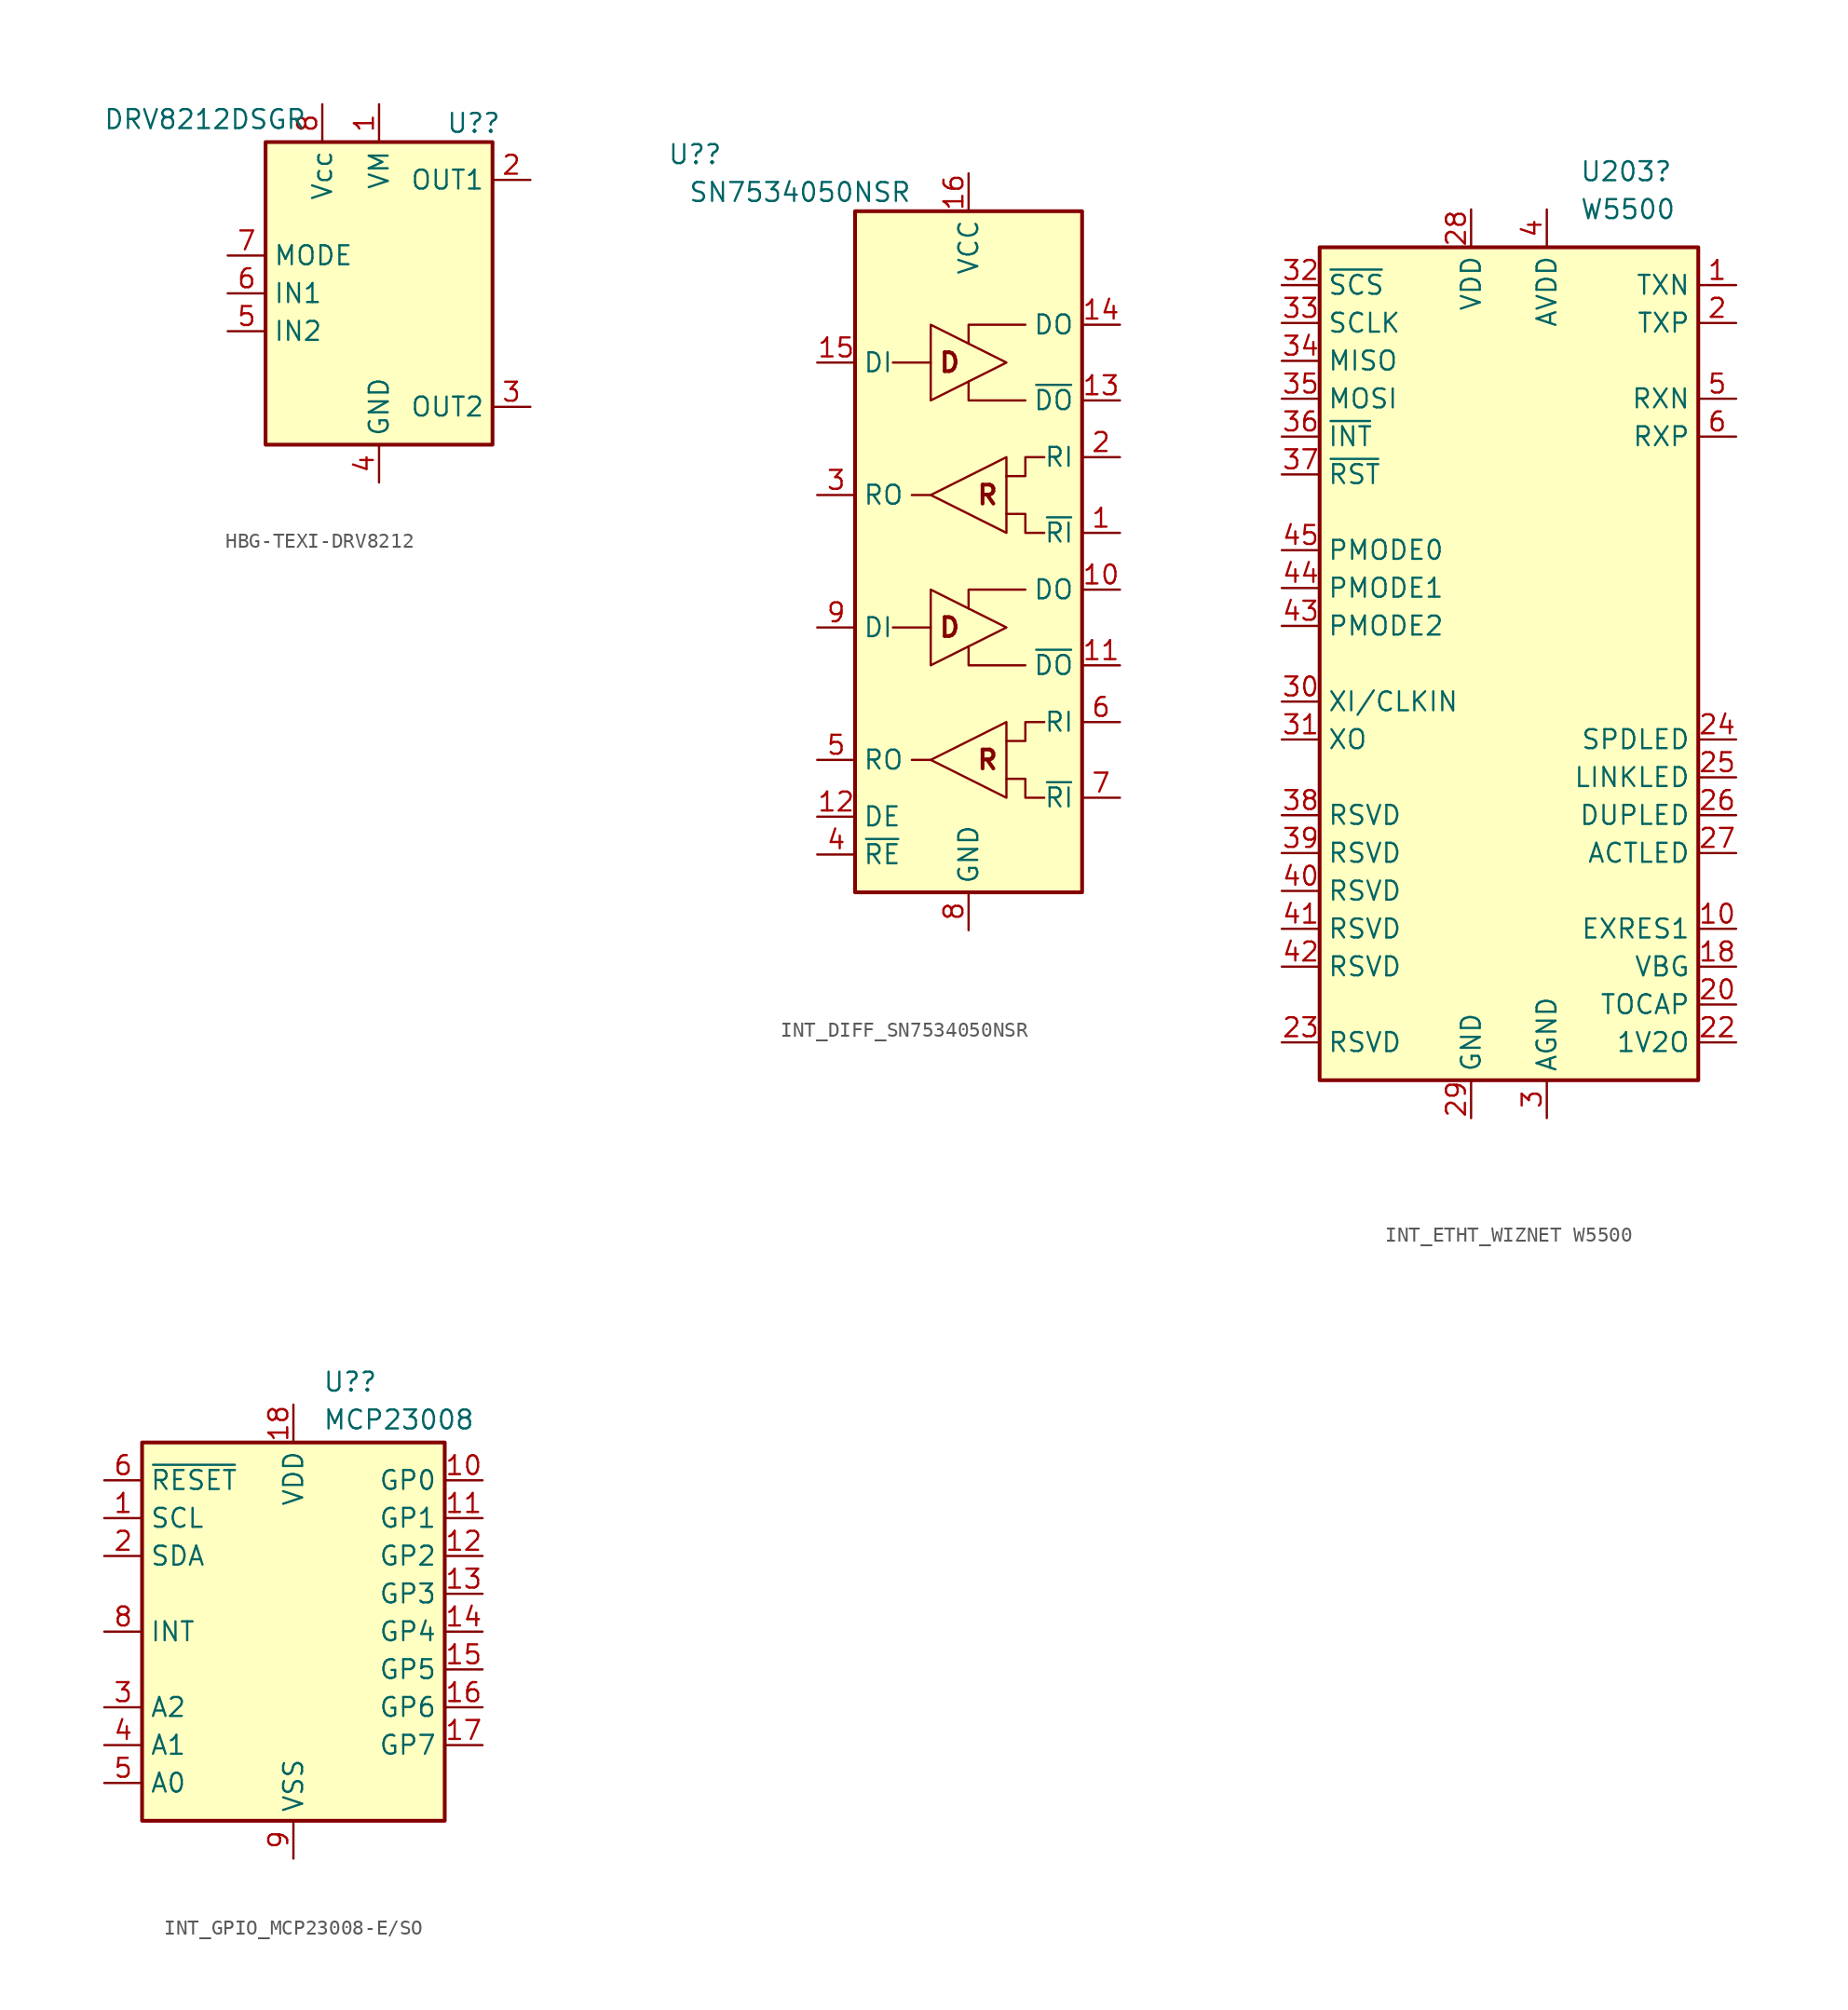
<source format=kicad_sym>
(kicad_symbol_lib
  (version 20231120)
  (generator "kicad_symbol_editor")
  (generator_version "8.0")
  (symbol "HBG-TEXI-DRV8212"
    (property "Reference" "U?"
      (at 6.35 11.43 0)
      (effects (font (size 1.27 1.27))))
    (property "Value" "DRV8212DSGR"
      (at -11.684 11.684 0)
      (effects (font (size 1.27 1.27))))
    (symbol "HBG-TEXI-DRV8212_0_1"
      (rectangle (start -7.62 10.16) (end 7.62 -10.16) (stroke (width 0.254) (type default)) (fill (type background))))
    (symbol "HBG-TEXI-DRV8212_1_1"
      (pin power_in line (at 0 12.7 270) (length 2.54) (name "VM" (effects (font (size 1.27 1.27)))) (number "1" (effects (font (size 1.27 1.27)))))
      (pin output line (at 10.16 7.62 180) (length 2.54) (name "OUT1" (effects (font (size 1.27 1.27)))) (number "2" (effects (font (size 1.27 1.27)))))
      (pin output line (at 10.16 -7.62 180) (length 2.54) (name "OUT2" (effects (font (size 1.27 1.27)))) (number "3" (effects (font (size 1.27 1.27)))))
      (pin power_in line (at 0 -12.7 90) (length 2.54) (name "GND" (effects (font (size 1.27 1.27)))) (number "4" (effects (font (size 1.27 1.27)))))
      (pin input line (at -10.16 -2.54 0) (length 2.54) (name "IN2" (effects (font (size 1.27 1.27)))) (number "5" (effects (font (size 1.27 1.27)))))
      (pin input line (at -10.16 0 0) (length 2.54) (name "IN1" (effects (font (size 1.27 1.27)))) (number "6" (effects (font (size 1.27 1.27)))))
      (pin power_in line (at -10.16 2.54 0) (length 2.54) (name "MODE" (effects (font (size 1.27 1.27)))) (number "7" (effects (font (size 1.27 1.27)))))
      (pin input line (at -3.81 12.7 270) (length 2.54) (name "Vcc" (effects (font (size 1.27 1.27)))) (number "8" (effects (font (size 1.27 1.27)))))
      (pin passive line (at 0 -12.7 90) (length 2.54) hide (name "GND" (effects (font (size 1.27 1.27)))) (number "9" (effects (font (size 1.27 1.27)))))))
  (symbol "INT_DIFF_SN7534050NSR"
    (property "Reference" "U?"
      (at -16.51 16.51 0)
      (effects (font (size 1.27 1.27)) (justify right)))
    (property "Value" "SN7534050NSR"
      (at -3.81 13.97 0)
      (effects (font (size 1.27 1.27)) (justify right)))
    (symbol "INT_DIFF_SN7534050NSR_0_0"
      (text "D" (at -1.27 -15.24 0) (effects (font (size 1.27 1.27) (bold yes))))
      (text "D" (at -1.27 2.54 0) (effects (font (size 1.27 1.27) (bold yes))))
      (text "R" (at 1.27 -24.13 0) (effects (font (size 1.27 1.27) (bold yes))))
      (text "R" (at 1.27 -6.35 0) (effects (font (size 1.27 1.27) (bold yes)))))
    (symbol "INT_DIFF_SN7534050NSR_0_1"
      (rectangle (start -7.62 12.7) (end 7.62 -33.02) (stroke (width 0.254) (type default)) (fill (type background)))
      (polyline (pts (xy -5.08 -15.24) (xy -2.54 -15.24)) (stroke (width 0) (type default)) (fill (type none)))
      (polyline (pts (xy -5.08 2.54) (xy -2.54 2.54)) (stroke (width 0) (type default)) (fill (type none)))
      (polyline (pts (xy -2.54 -24.13) (xy -3.81 -24.13)) (stroke (width 0) (type default)) (fill (type none)))
      (polyline (pts (xy -2.54 -6.35) (xy -3.81 -6.35)) (stroke (width 0) (type default)) (fill (type none)))
      (polyline (pts (xy 3.81 -17.78) (xy 0 -17.78) (xy 0 -16.51)) (stroke (width 0) (type default)) (fill (type none)))
      (polyline (pts (xy 3.81 -12.7) (xy 0 -12.7) (xy 0 -13.97)) (stroke (width 0) (type default)) (fill (type none)))
      (polyline (pts (xy 3.81 0) (xy 0 0) (xy 0 1.27)) (stroke (width 0) (type default)) (fill (type none)))
      (polyline (pts (xy 3.81 5.08) (xy 0 5.08) (xy 0 3.81)) (stroke (width 0) (type default)) (fill (type none)))
      (polyline (pts (xy -2.54 -12.7) (xy -2.54 -17.78) (xy 2.54 -15.24) (xy -2.54 -12.7)) (stroke (width 0) (type default)) (fill (type none)))
      (polyline (pts (xy -2.54 5.08) (xy -2.54 0) (xy 2.54 2.54) (xy -2.54 5.08)) (stroke (width 0) (type default)) (fill (type none)))
      (polyline (pts (xy 2.54 -25.4) (xy 3.81 -25.4) (xy 3.81 -26.67) (xy 5.08 -26.67)) (stroke (width 0) (type default)) (fill (type none)))
      (polyline (pts (xy 2.54 -22.86) (xy 3.81 -22.86) (xy 3.81 -21.59) (xy 5.08 -21.59)) (stroke (width 0) (type default)) (fill (type none)))
      (polyline (pts (xy 2.54 -21.59) (xy 2.54 -26.67) (xy -2.54 -24.13) (xy 2.54 -21.59)) (stroke (width 0) (type default)) (fill (type none)))
      (polyline (pts (xy 2.54 -7.62) (xy 3.81 -7.62) (xy 3.81 -8.89) (xy 5.08 -8.89)) (stroke (width 0) (type default)) (fill (type none)))
      (polyline (pts (xy 2.54 -5.08) (xy 3.81 -5.08) (xy 3.81 -3.81) (xy 5.08 -3.81)) (stroke (width 0) (type default)) (fill (type none)))
      (polyline (pts (xy 2.54 -3.81) (xy 2.54 -8.89) (xy -2.54 -6.35) (xy 2.54 -3.81)) (stroke (width 0) (type default)) (fill (type none))))
    (symbol "INT_DIFF_SN7534050NSR_1_1"
      (pin input line (at 10.16 -8.89 180) (length 2.54) (name "~{RI}" (effects (font (size 1.27 1.27)))) (number "1" (effects (font (size 1.27 1.27)))))
      (pin output line (at 10.16 -12.7 180) (length 2.54) (name "DO" (effects (font (size 1.27 1.27)))) (number "10" (effects (font (size 1.27 1.27)))))
      (pin output line (at 10.16 -17.78 180) (length 2.54) (name "~{DO}" (effects (font (size 1.27 1.27)))) (number "11" (effects (font (size 1.27 1.27)))))
      (pin input line (at -10.16 -27.94 0) (length 2.54) (name "DE" (effects (font (size 1.27 1.27)))) (number "12" (effects (font (size 1.27 1.27)))))
      (pin output line (at 10.16 0 180) (length 2.54) (name "~{DO}" (effects (font (size 1.27 1.27)))) (number "13" (effects (font (size 1.27 1.27)))))
      (pin output line (at 10.16 5.08 180) (length 2.54) (name "DO" (effects (font (size 1.27 1.27)))) (number "14" (effects (font (size 1.27 1.27)))))
      (pin input line (at -10.16 2.54 0) (length 2.54) (name "DI" (effects (font (size 1.27 1.27)))) (number "15" (effects (font (size 1.27 1.27)))))
      (pin power_in line (at 0 15.24 270) (length 2.54) (name "VCC" (effects (font (size 1.27 1.27)))) (number "16" (effects (font (size 1.27 1.27)))))
      (pin input line (at 10.16 -3.81 180) (length 2.54) (name "RI" (effects (font (size 1.27 1.27)))) (number "2" (effects (font (size 1.27 1.27)))))
      (pin output line (at -10.16 -6.35 0) (length 2.54) (name "RO" (effects (font (size 1.27 1.27)))) (number "3" (effects (font (size 1.27 1.27)))))
      (pin input line (at -10.16 -30.48 0) (length 2.54) (name "~{RE}" (effects (font (size 1.27 1.27)))) (number "4" (effects (font (size 1.27 1.27)))))
      (pin output line (at -10.16 -24.13 0) (length 2.54) (name "RO" (effects (font (size 1.27 1.27)))) (number "5" (effects (font (size 1.27 1.27)))))
      (pin input line (at 10.16 -21.59 180) (length 2.54) (name "RI" (effects (font (size 1.27 1.27)))) (number "6" (effects (font (size 1.27 1.27)))))
      (pin input line (at 10.16 -26.67 180) (length 2.54) (name "~{RI}" (effects (font (size 1.27 1.27)))) (number "7" (effects (font (size 1.27 1.27)))))
      (pin power_in line (at 0 -35.56 90) (length 2.54) (name "GND" (effects (font (size 1.27 1.27)))) (number "8" (effects (font (size 1.27 1.27)))))
      (pin input line (at -10.16 -15.24 0) (length 2.54) (name "DI" (effects (font (size 1.27 1.27)))) (number "9" (effects (font (size 1.27 1.27)))))))
  (symbol "INT_ETHT_WIZNET W5500"
    (property "Reference" "U203"
      (at 4.734 33.02 0)
      (effects (font (size 1.27 1.27)) (justify left)))
    (property "Value" "W5500"
      (at 4.734 30.48 0)
      (effects (font (size 1.27 1.27)) (justify left)))
    (symbol "INT_ETHT_WIZNET W5500_0_1"
      (rectangle (start -12.7 27.94) (end 12.7 -27.94) (stroke (width 0.254) (type default)) (fill (type background))))
    (symbol "INT_ETHT_WIZNET W5500_1_1"
      (pin output line (at 15.24 25.4 180) (length 2.54) (name "TXN" (effects (font (size 1.27 1.27)))) (number "1" (effects (font (size 1.27 1.27)))))
      (pin passive line (at 15.24 -17.78 180) (length 2.54) (name "EXRES1" (effects (font (size 1.27 1.27)))) (number "10" (effects (font (size 1.27 1.27)))))
      (pin passive line (at 2.54 30.48 270) (length 2.54) hide (name "AVDD" (effects (font (size 1.27 1.27)))) (number "11" (effects (font (size 1.27 1.27)))))
      (pin no_connect line (at 12.7 7.62 180) (length 2.54) hide (name "NC" (effects (font (size 1.27 1.27)))) (number "12" (effects (font (size 1.27 1.27)))))
      (pin no_connect line (at 12.7 5.08 180) (length 2.54) hide (name "NC" (effects (font (size 1.27 1.27)))) (number "13" (effects (font (size 1.27 1.27)))))
      (pin passive line (at 2.54 -30.48 90) (length 2.54) hide (name "AGND" (effects (font (size 1.27 1.27)))) (number "14" (effects (font (size 1.27 1.27)))))
      (pin passive line (at 2.54 30.48 270) (length 2.54) hide (name "AVDD" (effects (font (size 1.27 1.27)))) (number "15" (effects (font (size 1.27 1.27)))))
      (pin passive line (at 2.54 -30.48 90) (length 2.54) hide (name "AGND" (effects (font (size 1.27 1.27)))) (number "16" (effects (font (size 1.27 1.27)))))
      (pin passive line (at 2.54 30.48 270) (length 2.54) hide (name "AVDD" (effects (font (size 1.27 1.27)))) (number "17" (effects (font (size 1.27 1.27)))))
      (pin passive line (at 15.24 -20.32 180) (length 2.54) (name "VBG" (effects (font (size 1.27 1.27)))) (number "18" (effects (font (size 1.27 1.27)))))
      (pin passive line (at 2.54 -30.48 90) (length 2.54) hide (name "AGND" (effects (font (size 1.27 1.27)))) (number "19" (effects (font (size 1.27 1.27)))))
      (pin output line (at 15.24 22.86 180) (length 2.54) (name "TXP" (effects (font (size 1.27 1.27)))) (number "2" (effects (font (size 1.27 1.27)))))
      (pin passive line (at 15.24 -22.86 180) (length 2.54) (name "TOCAP" (effects (font (size 1.27 1.27)))) (number "20" (effects (font (size 1.27 1.27)))))
      (pin passive line (at 2.54 30.48 270) (length 2.54) hide (name "AVDD" (effects (font (size 1.27 1.27)))) (number "21" (effects (font (size 1.27 1.27)))))
      (pin output line (at 15.24 -25.4 180) (length 2.54) (name "1V2O" (effects (font (size 1.27 1.27)))) (number "22" (effects (font (size 1.27 1.27)))))
      (pin input line (at -15.24 -25.4 0) (length 2.54) (name "RSVD" (effects (font (size 1.27 1.27)))) (number "23" (effects (font (size 1.27 1.27)))))
      (pin output line (at 15.24 -5.08 180) (length 2.54) (name "SPDLED" (effects (font (size 1.27 1.27)))) (number "24" (effects (font (size 1.27 1.27)))))
      (pin output line (at 15.24 -7.62 180) (length 2.54) (name "LINKLED" (effects (font (size 1.27 1.27)))) (number "25" (effects (font (size 1.27 1.27)))))
      (pin output line (at 15.24 -10.16 180) (length 2.54) (name "DUPLED" (effects (font (size 1.27 1.27)))) (number "26" (effects (font (size 1.27 1.27)))))
      (pin output line (at 15.24 -12.7 180) (length 2.54) (name "ACTLED" (effects (font (size 1.27 1.27)))) (number "27" (effects (font (size 1.27 1.27)))))
      (pin power_in line (at -2.54 30.48 270) (length 2.54) (name "VDD" (effects (font (size 1.27 1.27)))) (number "28" (effects (font (size 1.27 1.27)))))
      (pin power_in line (at -2.54 -30.48 90) (length 2.54) (name "GND" (effects (font (size 1.27 1.27)))) (number "29" (effects (font (size 1.27 1.27)))))
      (pin power_in line (at 2.54 -30.48 90) (length 2.54) (name "AGND" (effects (font (size 1.27 1.27)))) (number "3" (effects (font (size 1.27 1.27)))))
      (pin input line (at -15.24 -2.54 0) (length 2.54) (name "XI/CLKIN" (effects (font (size 1.27 1.27)))) (number "30" (effects (font (size 1.27 1.27)))))
      (pin output line (at -15.24 -5.08 0) (length 2.54) (name "XO" (effects (font (size 1.27 1.27)))) (number "31" (effects (font (size 1.27 1.27)))))
      (pin input line (at -15.24 25.4 0) (length 2.54) (name "~{SCS}" (effects (font (size 1.27 1.27)))) (number "32" (effects (font (size 1.27 1.27)))))
      (pin input line (at -15.24 22.86 0) (length 2.54) (name "SCLK" (effects (font (size 1.27 1.27)))) (number "33" (effects (font (size 1.27 1.27)))))
      (pin output line (at -15.24 20.32 0) (length 2.54) (name "MISO" (effects (font (size 1.27 1.27)))) (number "34" (effects (font (size 1.27 1.27)))))
      (pin input line (at -15.24 17.78 0) (length 2.54) (name "MOSI" (effects (font (size 1.27 1.27)))) (number "35" (effects (font (size 1.27 1.27)))))
      (pin input line (at -15.24 15.24 0) (length 2.54) (name "~{INT}" (effects (font (size 1.27 1.27)))) (number "36" (effects (font (size 1.27 1.27)))))
      (pin input line (at -15.24 12.7 0) (length 2.54) (name "~{RST}" (effects (font (size 1.27 1.27)))) (number "37" (effects (font (size 1.27 1.27)))))
      (pin input line (at -15.24 -10.16 0) (length 2.54) (name "RSVD" (effects (font (size 1.27 1.27)))) (number "38" (effects (font (size 1.27 1.27)))))
      (pin input line (at -15.24 -12.7 0) (length 2.54) (name "RSVD" (effects (font (size 1.27 1.27)))) (number "39" (effects (font (size 1.27 1.27)))))
      (pin power_in line (at 2.54 30.48 270) (length 2.54) (name "AVDD" (effects (font (size 1.27 1.27)))) (number "4" (effects (font (size 1.27 1.27)))))
      (pin input line (at -15.24 -15.24 0) (length 2.54) (name "RSVD" (effects (font (size 1.27 1.27)))) (number "40" (effects (font (size 1.27 1.27)))))
      (pin input line (at -15.24 -17.78 0) (length 2.54) (name "RSVD" (effects (font (size 1.27 1.27)))) (number "41" (effects (font (size 1.27 1.27)))))
      (pin input line (at -15.24 -20.32 0) (length 2.54) (name "RSVD" (effects (font (size 1.27 1.27)))) (number "42" (effects (font (size 1.27 1.27)))))
      (pin input line (at -15.24 2.54 0) (length 2.54) (name "PMODE2" (effects (font (size 1.27 1.27)))) (number "43" (effects (font (size 1.27 1.27)))))
      (pin input line (at -15.24 5.08 0) (length 2.54) (name "PMODE1" (effects (font (size 1.27 1.27)))) (number "44" (effects (font (size 1.27 1.27)))))
      (pin input line (at -15.24 7.62 0) (length 2.54) (name "PMODE0" (effects (font (size 1.27 1.27)))) (number "45" (effects (font (size 1.27 1.27)))))
      (pin no_connect line (at 12.7 2.54 180) (length 2.54) hide (name "NC" (effects (font (size 1.27 1.27)))) (number "46" (effects (font (size 1.27 1.27)))))
      (pin no_connect line (at 12.7 0 180) (length 2.54) hide (name "NC" (effects (font (size 1.27 1.27)))) (number "47" (effects (font (size 1.27 1.27)))))
      (pin passive line (at 2.54 -30.48 90) (length 2.54) hide (name "AGND" (effects (font (size 1.27 1.27)))) (number "48" (effects (font (size 1.27 1.27)))))
      (pin input line (at 15.24 17.78 180) (length 2.54) (name "RXN" (effects (font (size 1.27 1.27)))) (number "5" (effects (font (size 1.27 1.27)))))
      (pin input line (at 15.24 15.24 180) (length 2.54) (name "RXP" (effects (font (size 1.27 1.27)))) (number "6" (effects (font (size 1.27 1.27)))))
      (pin no_connect line (at 12.7 10.16 180) (length 2.54) hide (name "DNC" (effects (font (size 1.27 1.27)))) (number "7" (effects (font (size 1.27 1.27)))))
      (pin passive line (at 2.54 30.48 270) (length 2.54) hide (name "AVDD" (effects (font (size 1.27 1.27)))) (number "8" (effects (font (size 1.27 1.27)))))
      (pin passive line (at 2.54 -30.48 90) (length 2.54) hide (name "AGND" (effects (font (size 1.27 1.27)))) (number "9" (effects (font (size 1.27 1.27)))))))
  (symbol "INT_GPIO_MCP23008-E/SO"
    (property "Reference" "U?"
      (at 1.956 16.764 0)
      (effects (font (size 1.27 1.27)) (justify left)))
    (property "Value" "MCP23008"
      (at 1.956 14.224 0)
      (effects (font (size 1.27 1.27)) (justify left)))
    (symbol "INT_GPIO_MCP23008-E/SO_0_1"
      (rectangle (start -10.16 12.7) (end 10.16 -12.7) (stroke (width 0.254) (type default)) (fill (type background))))
    (symbol "INT_GPIO_MCP23008-E/SO_1_1"
      (pin input line (at -12.7 7.62 0) (length 2.54) (name "SCL" (effects (font (size 1.27 1.27)))) (number "1" (effects (font (size 1.27 1.27)))))
      (pin bidirectional line (at 12.7 10.16 180) (length 2.54) (name "GP0" (effects (font (size 1.27 1.27)))) (number "10" (effects (font (size 1.27 1.27)))))
      (pin bidirectional line (at 12.7 7.62 180) (length 2.54) (name "GP1" (effects (font (size 1.27 1.27)))) (number "11" (effects (font (size 1.27 1.27)))))
      (pin bidirectional line (at 12.7 5.08 180) (length 2.54) (name "GP2" (effects (font (size 1.27 1.27)))) (number "12" (effects (font (size 1.27 1.27)))))
      (pin bidirectional line (at 12.7 2.54 180) (length 2.54) (name "GP3" (effects (font (size 1.27 1.27)))) (number "13" (effects (font (size 1.27 1.27)))))
      (pin bidirectional line (at 12.7 0 180) (length 2.54) (name "GP4" (effects (font (size 1.27 1.27)))) (number "14" (effects (font (size 1.27 1.27)))))
      (pin bidirectional line (at 12.7 -2.54 180) (length 2.54) (name "GP5" (effects (font (size 1.27 1.27)))) (number "15" (effects (font (size 1.27 1.27)))))
      (pin bidirectional line (at 12.7 -5.08 180) (length 2.54) (name "GP6" (effects (font (size 1.27 1.27)))) (number "16" (effects (font (size 1.27 1.27)))))
      (pin bidirectional line (at 12.7 -7.62 180) (length 2.54) (name "GP7" (effects (font (size 1.27 1.27)))) (number "17" (effects (font (size 1.27 1.27)))))
      (pin power_in line (at 0 15.24 270) (length 2.54) (name "VDD" (effects (font (size 1.27 1.27)))) (number "18" (effects (font (size 1.27 1.27)))))
      (pin bidirectional line (at -12.7 5.08 0) (length 2.54) (name "SDA" (effects (font (size 1.27 1.27)))) (number "2" (effects (font (size 1.27 1.27)))))
      (pin input line (at -12.7 -5.08 0) (length 2.54) (name "A2" (effects (font (size 1.27 1.27)))) (number "3" (effects (font (size 1.27 1.27)))))
      (pin input line (at -12.7 -7.62 0) (length 2.54) (name "A1" (effects (font (size 1.27 1.27)))) (number "4" (effects (font (size 1.27 1.27)))))
      (pin input line (at -12.7 -10.16 0) (length 2.54) (name "A0" (effects (font (size 1.27 1.27)))) (number "5" (effects (font (size 1.27 1.27)))))
      (pin input line (at -12.7 10.16 0) (length 2.54) (name "~{RESET}" (effects (font (size 1.27 1.27)))) (number "6" (effects (font (size 1.27 1.27)))))
      (pin no_connect line (at -12.7 -2.54 0) (length 2.54) hide (name "NC" (effects (font (size 1.27 1.27)))) (number "7" (effects (font (size 1.27 1.27)))))
      (pin output line (at -12.7 0 0) (length 2.54) (name "INT" (effects (font (size 1.27 1.27)))) (number "8" (effects (font (size 1.27 1.27)))) (alternate "INT" open_collector line))
      (pin power_in line (at 0 -15.24 90) (length 2.54) (name "VSS" (effects (font (size 1.27 1.27)))) (number "9" (effects (font (size 1.27 1.27))))))))
</source>
